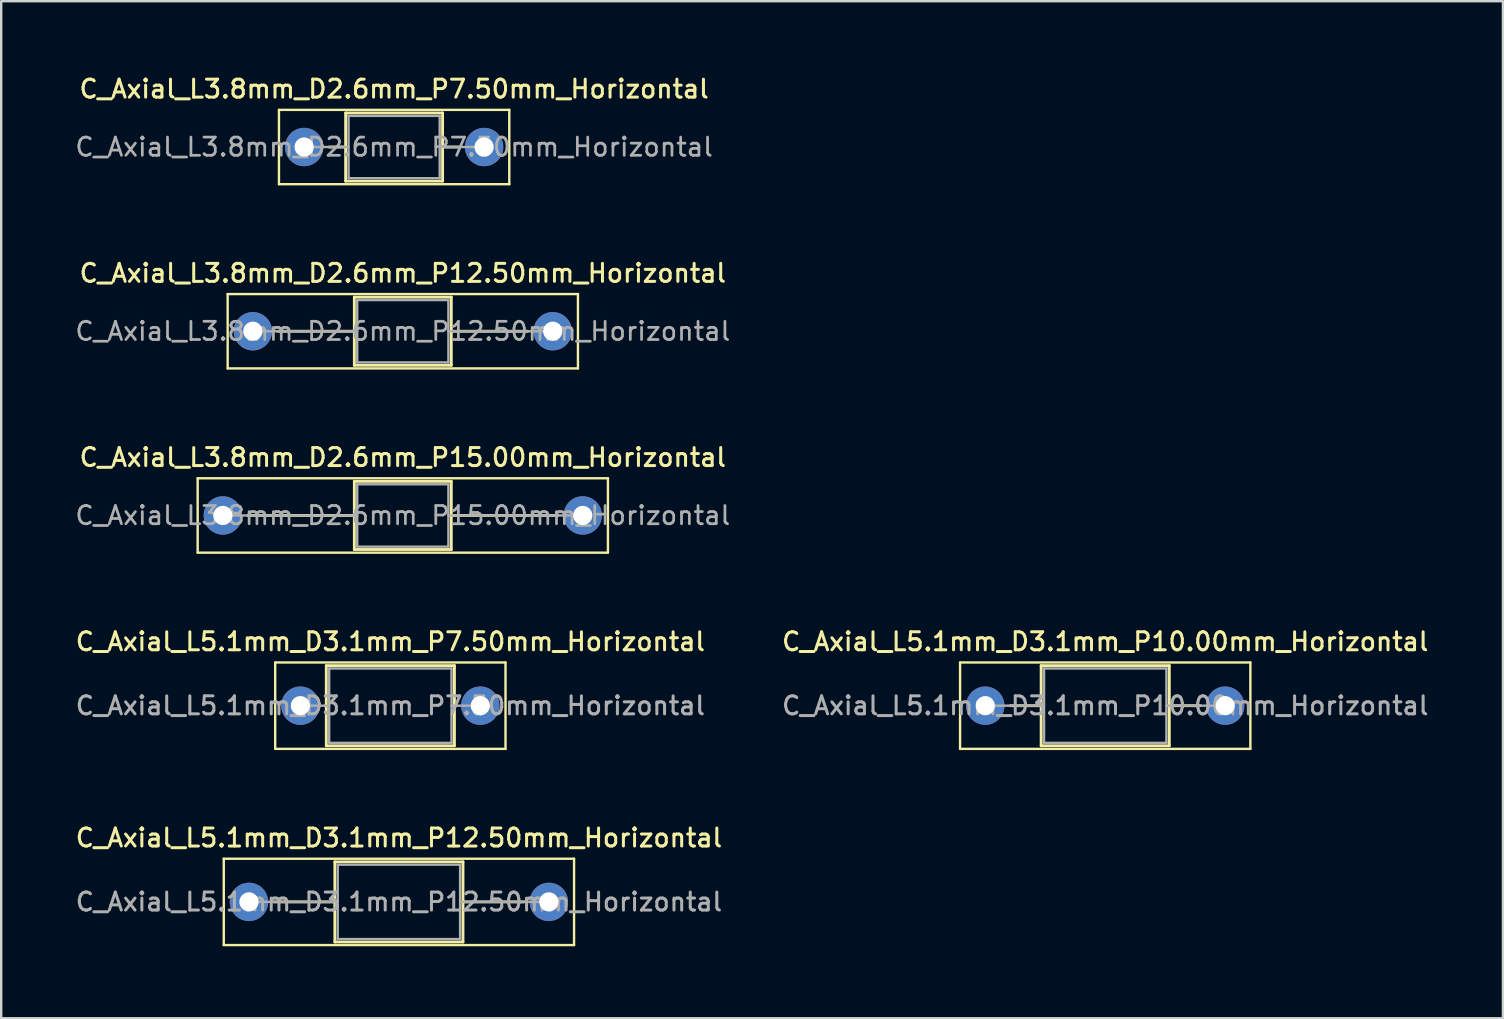
<source format=kicad_pcb>
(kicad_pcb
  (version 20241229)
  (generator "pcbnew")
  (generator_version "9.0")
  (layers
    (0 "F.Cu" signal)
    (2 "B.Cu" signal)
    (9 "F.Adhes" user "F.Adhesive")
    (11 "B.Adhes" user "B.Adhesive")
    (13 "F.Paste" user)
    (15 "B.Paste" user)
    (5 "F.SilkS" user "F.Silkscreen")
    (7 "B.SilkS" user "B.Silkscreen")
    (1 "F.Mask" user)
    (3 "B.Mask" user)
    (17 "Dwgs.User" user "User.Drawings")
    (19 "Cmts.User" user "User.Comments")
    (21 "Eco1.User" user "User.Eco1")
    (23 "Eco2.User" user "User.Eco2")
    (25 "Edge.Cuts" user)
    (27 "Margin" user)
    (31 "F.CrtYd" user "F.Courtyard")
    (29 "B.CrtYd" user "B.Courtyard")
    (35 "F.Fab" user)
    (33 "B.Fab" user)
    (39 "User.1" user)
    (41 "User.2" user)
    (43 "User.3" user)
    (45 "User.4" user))
  (footprint "C_Axial_L3.8mm_D2.6mm_P7.50mm_Horizontal"
    (layer "F.Cu")
    (at 9.627 3.078)
    (property "Reference" "C_Axial_L3.8mm_D2.6mm_P7.50mm_Horizontal" (at 3.75 -2.42 0) (layer "F.SilkS") (effects (font (size 0.75 0.75) (thickness 0.125))))
    (attr through_hole)
    (fp_line (start -1.05 -1.55) (end -1.05 1.55) (stroke (width 0.1) (type solid)) (layer "F.SilkS"))
    (fp_line (start -1.05 1.55) (end 8.55 1.55) (stroke (width 0.1) (type solid)) (layer "F.SilkS"))
    (fp_line (start 1.04 0) (end 1.73 0) (stroke (width 0.12) (type solid)) (layer "F.SilkS"))
    (fp_line (start 1.73 -1.42) (end 1.73 1.42) (stroke (width 0.12) (type solid)) (layer "F.SilkS"))
    (fp_line (start 1.73 1.42) (end 5.77 1.42) (stroke (width 0.12) (type solid)) (layer "F.SilkS"))
    (fp_line (start 5.77 -1.42) (end 1.73 -1.42) (stroke (width 0.12) (type solid)) (layer "F.SilkS"))
    (fp_line (start 5.77 1.42) (end 5.77 -1.42) (stroke (width 0.12) (type solid)) (layer "F.SilkS"))
    (fp_line (start 6.46 0) (end 5.77 0) (stroke (width 0.12) (type solid)) (layer "F.SilkS"))
    (fp_line (start 8.55 -1.55) (end -1.05 -1.55) (stroke (width 0.1) (type solid)) (layer "F.SilkS"))
    (fp_line (start 8.55 1.55) (end 8.55 -1.55) (stroke (width 0.1) (type solid)) (layer "F.SilkS"))
    (fp_line (start 0 0) (end 1.85 0) (stroke (width 0.1) (type solid)) (layer "F.Fab"))
    (fp_line (start 1.85 -1.3) (end 1.85 1.3) (stroke (width 0.1) (type solid)) (layer "F.Fab"))
    (fp_line (start 1.85 1.3) (end 5.65 1.3) (stroke (width 0.1) (type solid)) (layer "F.Fab"))
    (fp_line (start 5.65 -1.3) (end 1.85 -1.3) (stroke (width 0.1) (type solid)) (layer "F.Fab"))
    (fp_line (start 5.65 1.3) (end 5.65 -1.3) (stroke (width 0.1) (type solid)) (layer "F.Fab"))
    (fp_line (start 7.5 0) (end 5.65 0) (stroke (width 0.1) (type solid)) (layer "F.Fab"))
    (fp_text user "${REFERENCE}" (at 3.75 0 0) (layer "F.Fab") (effects (font (size 0.76 0.76) (thickness 0.114))))
    (pad "1" thru_hole circle (at 0 0) (size 1.6 1.6) (drill 0.8) (layers "*.Cu" "*.Mask"))
    (pad "2" thru_hole oval (at 7.5 0) (size 1.6 1.6) (drill 0.8) (layers "*.Cu" "*.Mask")))
  (footprint "C_Axial_L5.1mm_D3.1mm_P7.50mm_Horizontal"
    (layer "F.Cu")
    (at 9.47 26.363)
    (property "Reference" "C_Axial_L5.1mm_D3.1mm_P7.50mm_Horizontal" (at 3.75 -2.67 0) (layer "F.SilkS") (effects (font (size 0.75 0.75) (thickness 0.125))))
    (attr through_hole)
    (fp_line (start -1.05 -1.8) (end -1.05 1.8) (stroke (width 0.1) (type solid)) (layer "F.SilkS"))
    (fp_line (start -1.05 1.8) (end 8.55 1.8) (stroke (width 0.1) (type solid)) (layer "F.SilkS"))
    (fp_line (start 1.04 0) (end 1.08 0) (stroke (width 0.12) (type solid)) (layer "F.SilkS"))
    (fp_line (start 1.08 -1.67) (end 1.08 1.67) (stroke (width 0.12) (type solid)) (layer "F.SilkS"))
    (fp_line (start 1.08 1.67) (end 6.42 1.67) (stroke (width 0.12) (type solid)) (layer "F.SilkS"))
    (fp_line (start 6.42 -1.67) (end 1.08 -1.67) (stroke (width 0.12) (type solid)) (layer "F.SilkS"))
    (fp_line (start 6.42 1.67) (end 6.42 -1.67) (stroke (width 0.12) (type solid)) (layer "F.SilkS"))
    (fp_line (start 6.46 0) (end 6.42 0) (stroke (width 0.12) (type solid)) (layer "F.SilkS"))
    (fp_line (start 8.55 -1.8) (end -1.05 -1.8) (stroke (width 0.1) (type solid)) (layer "F.SilkS"))
    (fp_line (start 8.55 1.8) (end 8.55 -1.8) (stroke (width 0.1) (type solid)) (layer "F.SilkS"))
    (fp_line (start 0 0) (end 1.2 0) (stroke (width 0.1) (type solid)) (layer "F.Fab"))
    (fp_line (start 1.2 -1.55) (end 1.2 1.55) (stroke (width 0.1) (type solid)) (layer "F.Fab"))
    (fp_line (start 1.2 1.55) (end 6.3 1.55) (stroke (width 0.1) (type solid)) (layer "F.Fab"))
    (fp_line (start 6.3 -1.55) (end 1.2 -1.55) (stroke (width 0.1) (type solid)) (layer "F.Fab"))
    (fp_line (start 6.3 1.55) (end 6.3 -1.55) (stroke (width 0.1) (type solid)) (layer "F.Fab"))
    (fp_line (start 7.5 0) (end 6.3 0) (stroke (width 0.1) (type solid)) (layer "F.Fab"))
    (fp_text user "${REFERENCE}" (at 3.75 0 0) (layer "F.Fab") (effects (font (size 0.75 0.75) (thickness 0.125))))
    (pad "1" thru_hole circle (at 0 0) (size 1.6 1.6) (drill 0.8) (layers "*.Cu" "*.Mask"))
    (pad "2" thru_hole oval (at 7.5 0) (size 1.6 1.6) (drill 0.8) (layers "*.Cu" "*.Mask")))
  (footprint "C_Axial_L3.8mm_D2.6mm_P12.50mm_Horizontal"
    (layer "F.Cu")
    (at 7.489 10.756)
    (property "Reference" "C_Axial_L3.8mm_D2.6mm_P12.50mm_Horizontal" (at 6.25 -2.42 0) (layer "F.SilkS") (effects (font (size 0.75 0.75) (thickness 0.125))))
    (attr through_hole)
    (fp_line (start -1.05 -1.55) (end -1.05 1.55) (stroke (width 0.1) (type solid)) (layer "F.SilkS"))
    (fp_line (start -1.05 1.55) (end 13.55 1.55) (stroke (width 0.1) (type solid)) (layer "F.SilkS"))
    (fp_line (start 1.04 0) (end 4.23 0) (stroke (width 0.12) (type solid)) (layer "F.SilkS"))
    (fp_line (start 4.23 -1.42) (end 4.23 1.42) (stroke (width 0.12) (type solid)) (layer "F.SilkS"))
    (fp_line (start 4.23 1.42) (end 8.27 1.42) (stroke (width 0.12) (type solid)) (layer "F.SilkS"))
    (fp_line (start 8.27 -1.42) (end 4.23 -1.42) (stroke (width 0.12) (type solid)) (layer "F.SilkS"))
    (fp_line (start 8.27 1.42) (end 8.27 -1.42) (stroke (width 0.12) (type solid)) (layer "F.SilkS"))
    (fp_line (start 11.46 0) (end 8.27 0) (stroke (width 0.12) (type solid)) (layer "F.SilkS"))
    (fp_line (start 13.55 -1.55) (end -1.05 -1.55) (stroke (width 0.1) (type solid)) (layer "F.SilkS"))
    (fp_line (start 13.55 1.55) (end 13.55 -1.55) (stroke (width 0.1) (type solid)) (layer "F.SilkS"))
    (fp_line (start 0 0) (end 4.35 0) (stroke (width 0.1) (type solid)) (layer "F.Fab"))
    (fp_line (start 4.35 -1.3) (end 4.35 1.3) (stroke (width 0.1) (type solid)) (layer "F.Fab"))
    (fp_line (start 4.35 1.3) (end 8.15 1.3) (stroke (width 0.1) (type solid)) (layer "F.Fab"))
    (fp_line (start 8.15 -1.3) (end 4.35 -1.3) (stroke (width 0.1) (type solid)) (layer "F.Fab"))
    (fp_line (start 8.15 1.3) (end 8.15 -1.3) (stroke (width 0.1) (type solid)) (layer "F.Fab"))
    (fp_line (start 12.5 0) (end 8.15 0) (stroke (width 0.1) (type solid)) (layer "F.Fab"))
    (fp_text user "${REFERENCE}" (at 6.25 0 0) (layer "F.Fab") (effects (font (size 0.76 0.76) (thickness 0.114))))
    (pad "1" thru_hole circle (at 0 0) (size 1.6 1.6) (drill 0.8) (layers "*.Cu" "*.Mask"))
    (pad "2" thru_hole oval (at 12.5 0) (size 1.6 1.6) (drill 0.8) (layers "*.Cu" "*.Mask")))
  (footprint "C_Axial_L3.8mm_D2.6mm_P15.00mm_Horizontal"
    (layer "F.Cu")
    (at 6.239 18.434)
    (property "Reference" "C_Axial_L3.8mm_D2.6mm_P15.00mm_Horizontal" (at 7.5 -2.42 0) (layer "F.SilkS") (effects (font (size 0.75 0.75) (thickness 0.125))))
    (attr through_hole)
    (fp_line (start -1.05 -1.55) (end -1.05 1.55) (stroke (width 0.1) (type solid)) (layer "F.SilkS"))
    (fp_line (start -1.05 1.55) (end 16.05 1.55) (stroke (width 0.1) (type solid)) (layer "F.SilkS"))
    (fp_line (start 1.04 0) (end 5.48 0) (stroke (width 0.12) (type solid)) (layer "F.SilkS"))
    (fp_line (start 5.48 -1.42) (end 5.48 1.42) (stroke (width 0.12) (type solid)) (layer "F.SilkS"))
    (fp_line (start 5.48 1.42) (end 9.52 1.42) (stroke (width 0.12) (type solid)) (layer "F.SilkS"))
    (fp_line (start 9.52 -1.42) (end 5.48 -1.42) (stroke (width 0.12) (type solid)) (layer "F.SilkS"))
    (fp_line (start 9.52 1.42) (end 9.52 -1.42) (stroke (width 0.12) (type solid)) (layer "F.SilkS"))
    (fp_line (start 13.96 0) (end 9.52 0) (stroke (width 0.12) (type solid)) (layer "F.SilkS"))
    (fp_line (start 16.05 -1.55) (end -1.05 -1.55) (stroke (width 0.1) (type solid)) (layer "F.SilkS"))
    (fp_line (start 16.05 1.55) (end 16.05 -1.55) (stroke (width 0.1) (type solid)) (layer "F.SilkS"))
    (fp_line (start 0 0) (end 5.6 0) (stroke (width 0.1) (type solid)) (layer "F.Fab"))
    (fp_line (start 5.6 -1.3) (end 5.6 1.3) (stroke (width 0.1) (type solid)) (layer "F.Fab"))
    (fp_line (start 5.6 1.3) (end 9.4 1.3) (stroke (width 0.1) (type solid)) (layer "F.Fab"))
    (fp_line (start 9.4 -1.3) (end 5.6 -1.3) (stroke (width 0.1) (type solid)) (layer "F.Fab"))
    (fp_line (start 9.4 1.3) (end 9.4 -1.3) (stroke (width 0.1) (type solid)) (layer "F.Fab"))
    (fp_line (start 15 0) (end 9.4 0) (stroke (width 0.1) (type solid)) (layer "F.Fab"))
    (fp_text user "${REFERENCE}" (at 7.5 0 0) (layer "F.Fab") (effects (font (size 0.76 0.76) (thickness 0.114))))
    (pad "1" thru_hole circle (at 0 0) (size 1.6 1.6) (drill 0.8) (layers "*.Cu" "*.Mask"))
    (pad "2" thru_hole oval (at 15 0) (size 1.6 1.6) (drill 0.8) (layers "*.Cu" "*.Mask")))
  (footprint "C_Axial_L5.1mm_D3.1mm_P10.00mm_Horizontal"
    (layer "F.Cu")
    (at 38.016 26.363)
    (property "Reference" "C_Axial_L5.1mm_D3.1mm_P10.00mm_Horizontal" (at 5 -2.67 0) (layer "F.SilkS") (effects (font (size 0.75 0.75) (thickness 0.125))))
    (attr through_hole)
    (fp_line (start -1.05 -1.8) (end -1.05 1.8) (stroke (width 0.1) (type solid)) (layer "F.SilkS"))
    (fp_line (start -1.05 1.8) (end 11.05 1.8) (stroke (width 0.1) (type solid)) (layer "F.SilkS"))
    (fp_line (start 1.04 0) (end 2.33 0) (stroke (width 0.12) (type solid)) (layer "F.SilkS"))
    (fp_line (start 2.33 -1.67) (end 2.33 1.67) (stroke (width 0.12) (type solid)) (layer "F.SilkS"))
    (fp_line (start 2.33 1.67) (end 7.67 1.67) (stroke (width 0.12) (type solid)) (layer "F.SilkS"))
    (fp_line (start 7.67 -1.67) (end 2.33 -1.67) (stroke (width 0.12) (type solid)) (layer "F.SilkS"))
    (fp_line (start 7.67 1.67) (end 7.67 -1.67) (stroke (width 0.12) (type solid)) (layer "F.SilkS"))
    (fp_line (start 8.96 0) (end 7.67 0) (stroke (width 0.12) (type solid)) (layer "F.SilkS"))
    (fp_line (start 11.05 -1.8) (end -1.05 -1.8) (stroke (width 0.1) (type solid)) (layer "F.SilkS"))
    (fp_line (start 11.05 1.8) (end 11.05 -1.8) (stroke (width 0.1) (type solid)) (layer "F.SilkS"))
    (fp_line (start 0 0) (end 2.45 0) (stroke (width 0.1) (type solid)) (layer "F.Fab"))
    (fp_line (start 2.45 -1.55) (end 2.45 1.55) (stroke (width 0.1) (type solid)) (layer "F.Fab"))
    (fp_line (start 2.45 1.55) (end 7.55 1.55) (stroke (width 0.1) (type solid)) (layer "F.Fab"))
    (fp_line (start 7.55 -1.55) (end 2.45 -1.55) (stroke (width 0.1) (type solid)) (layer "F.Fab"))
    (fp_line (start 7.55 1.55) (end 7.55 -1.55) (stroke (width 0.1) (type solid)) (layer "F.Fab"))
    (fp_line (start 10 0) (end 7.55 0) (stroke (width 0.1) (type solid)) (layer "F.Fab"))
    (fp_text user "${REFERENCE}" (at 5 0 0) (layer "F.Fab") (effects (font (size 0.75 0.75) (thickness 0.125))))
    (pad "1" thru_hole circle (at 0 0) (size 1.6 1.6) (drill 0.8) (layers "*.Cu" "*.Mask"))
    (pad "2" thru_hole oval (at 10 0) (size 1.6 1.6) (drill 0.8) (layers "*.Cu" "*.Mask")))
  (footprint "C_Axial_L5.1mm_D3.1mm_P12.50mm_Horizontal"
    (layer "F.Cu")
    (at 7.327 34.541)
    (property "Reference" "C_Axial_L5.1mm_D3.1mm_P12.50mm_Horizontal" (at 6.25 -2.67 0) (layer "F.SilkS") (effects (font (size 0.75 0.75) (thickness 0.125))))
    (attr through_hole)
    (fp_line (start -1.05 -1.8) (end -1.05 1.8) (stroke (width 0.1) (type solid)) (layer "F.SilkS"))
    (fp_line (start -1.05 1.8) (end 13.55 1.8) (stroke (width 0.1) (type solid)) (layer "F.SilkS"))
    (fp_line (start 1.04 0) (end 3.58 0) (stroke (width 0.12) (type solid)) (layer "F.SilkS"))
    (fp_line (start 3.58 -1.67) (end 3.58 1.67) (stroke (width 0.12) (type solid)) (layer "F.SilkS"))
    (fp_line (start 3.58 1.67) (end 8.92 1.67) (stroke (width 0.12) (type solid)) (layer "F.SilkS"))
    (fp_line (start 8.92 -1.67) (end 3.58 -1.67) (stroke (width 0.12) (type solid)) (layer "F.SilkS"))
    (fp_line (start 8.92 1.67) (end 8.92 -1.67) (stroke (width 0.12) (type solid)) (layer "F.SilkS"))
    (fp_line (start 11.46 0) (end 8.92 0) (stroke (width 0.12) (type solid)) (layer "F.SilkS"))
    (fp_line (start 13.55 -1.8) (end -1.05 -1.8) (stroke (width 0.1) (type solid)) (layer "F.SilkS"))
    (fp_line (start 13.55 1.8) (end 13.55 -1.8) (stroke (width 0.1) (type solid)) (layer "F.SilkS"))
    (fp_line (start 0 0) (end 3.7 0) (stroke (width 0.1) (type solid)) (layer "F.Fab"))
    (fp_line (start 3.7 -1.55) (end 3.7 1.55) (stroke (width 0.1) (type solid)) (layer "F.Fab"))
    (fp_line (start 3.7 1.55) (end 8.8 1.55) (stroke (width 0.1) (type solid)) (layer "F.Fab"))
    (fp_line (start 8.8 -1.55) (end 3.7 -1.55) (stroke (width 0.1) (type solid)) (layer "F.Fab"))
    (fp_line (start 8.8 1.55) (end 8.8 -1.55) (stroke (width 0.1) (type solid)) (layer "F.Fab"))
    (fp_line (start 12.5 0) (end 8.8 0) (stroke (width 0.1) (type solid)) (layer "F.Fab"))
    (fp_text user "${REFERENCE}" (at 6.25 0 0) (layer "F.Fab") (effects (font (size 0.75 0.75) (thickness 0.125))))
    (pad "1" thru_hole circle (at 0 0) (size 1.6 1.6) (drill 0.8) (layers "*.Cu" "*.Mask"))
    (pad "2" thru_hole oval (at 12.5 0) (size 1.6 1.6) (drill 0.8) (layers "*.Cu" "*.Mask")))
  (gr_rect
    (start -3 -3)
    (end 59.593 39.391)
    (stroke (width 0.1) (type default))
    (fill no)
    (layer "Edge.Cuts")))
</source>
